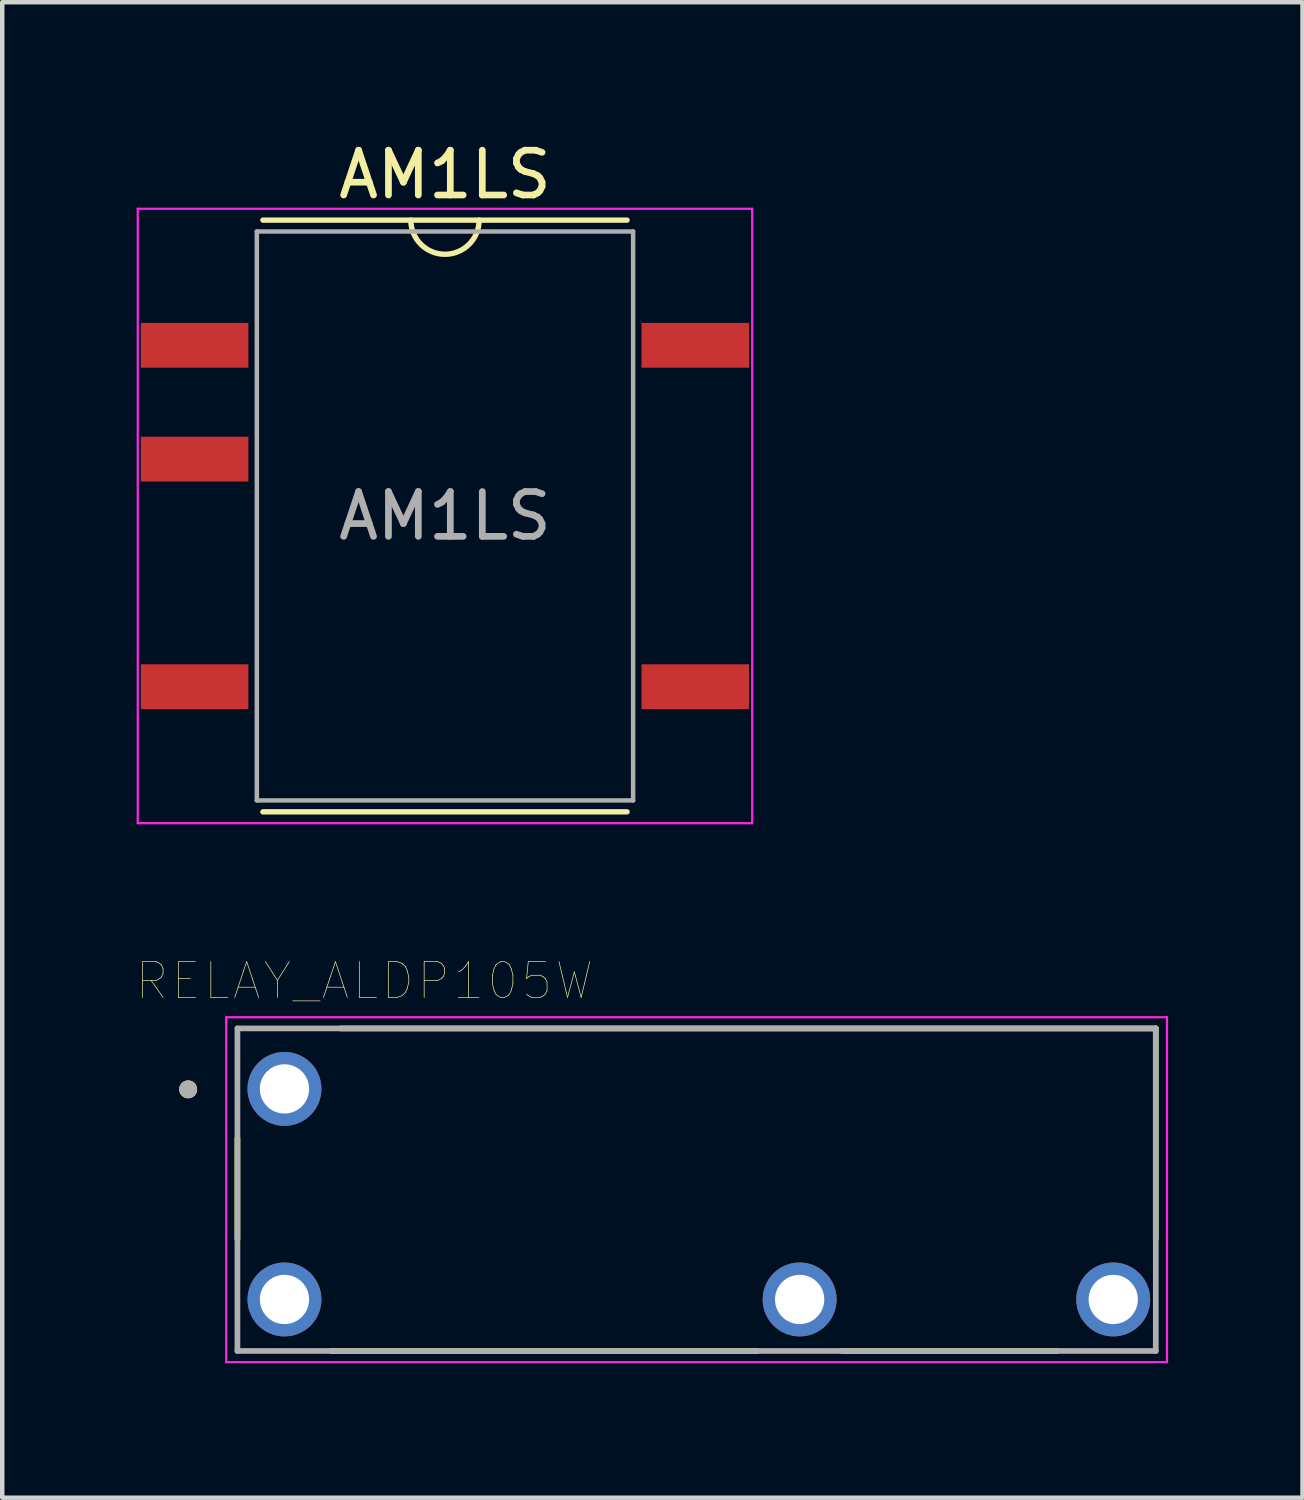
<source format=kicad_pcb>
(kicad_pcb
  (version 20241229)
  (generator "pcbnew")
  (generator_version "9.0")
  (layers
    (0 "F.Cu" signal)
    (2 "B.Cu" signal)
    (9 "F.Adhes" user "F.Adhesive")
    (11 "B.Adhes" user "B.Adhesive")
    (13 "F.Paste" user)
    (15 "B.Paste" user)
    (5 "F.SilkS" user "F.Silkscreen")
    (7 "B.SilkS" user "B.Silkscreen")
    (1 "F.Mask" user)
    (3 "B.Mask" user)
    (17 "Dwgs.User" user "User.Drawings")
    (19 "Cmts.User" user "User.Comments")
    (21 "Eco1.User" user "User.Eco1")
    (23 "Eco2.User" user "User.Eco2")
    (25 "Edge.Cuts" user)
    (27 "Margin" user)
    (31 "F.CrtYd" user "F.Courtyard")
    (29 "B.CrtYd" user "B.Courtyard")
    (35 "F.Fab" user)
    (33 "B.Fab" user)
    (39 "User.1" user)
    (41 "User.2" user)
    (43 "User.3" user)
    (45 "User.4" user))
  (footprint "AM1LS"
    (layer "F.Cu")
    (at 6.883 8.468)
    (property "Reference" "AM1LS" (at 0 -7.62 0) (layer "F.SilkS") (effects (font (size 1 1) (thickness 0.15))))
    (attr smd)
    (fp_line (start -4.064 -6.604) (end 4.064 -6.604) (stroke (width 0.12) (type solid)) (layer "F.SilkS"))
    (fp_line (start -4.064 6.604) (end 4.064 6.604) (stroke (width 0.12) (type solid)) (layer "F.SilkS"))
    (fp_arc (start 0.762 -6.604) (mid 0 -5.842) (end -0.762 -6.604) (stroke (width 0.12) (type solid)) (layer "F.SilkS"))
    (fp_line (start -6.858 -6.858) (end -6.858 6.858) (stroke (width 0.05) (type solid)) (layer "F.CrtYd"))
    (fp_line (start -6.858 -6.858) (end 6.858 -6.858) (stroke (width 0.05) (type solid)) (layer "F.CrtYd"))
    (fp_line (start -6.858 6.858) (end 6.858 6.858) (stroke (width 0.05) (type solid)) (layer "F.CrtYd"))
    (fp_line (start 6.858 -6.858) (end 6.858 6.858) (stroke (width 0.05) (type solid)) (layer "F.CrtYd"))
    (fp_line (start -4.2 -6.35) (end -4.2 6.35) (stroke (width 0.1) (type solid)) (layer "F.Fab"))
    (fp_line (start 4.2 -6.35) (end -4.2 -6.35) (stroke (width 0.1) (type solid)) (layer "F.Fab"))
    (fp_line (start 4.2 -6.35) (end 4.2 6.35) (stroke (width 0.1) (type solid)) (layer "F.Fab"))
    (fp_line (start 4.2 6.35) (end -4.2 6.35) (stroke (width 0.1) (type solid)) (layer "F.Fab"))
    (fp_text user "${REFERENCE}" (at 0 0 180) (layer "F.Fab") (effects (font (size 1 1) (thickness 0.15))))
    (pad "1" smd rect (at -5.588 -3.81) (size 2.4 1) (layers "F.Cu" "F.Mask" "F.Paste"))
    (pad "2" smd rect (at -5.588 -1.27) (size 2.4 1) (layers "F.Cu" "F.Mask" "F.Paste"))
    (pad "4" smd rect (at -5.588 3.81) (size 2.4 1) (layers "F.Cu" "F.Mask" "F.Paste"))
    (pad "5" smd rect (at 5.588 3.81) (size 2.4 1) (layers "F.Cu" "F.Mask" "F.Paste"))
    (pad "8" smd rect (at 5.588 -3.81) (size 2.4 1) (layers "F.Cu" "F.Mask" "F.Paste")))
  (footprint "RELAY_ALDP105W"
    (layer "F.Cu")
    (at 12.5 23.507)
    (property "Reference" "RELAY_ALDP105W" (at -7.415 -4.661 0) (layer "F.SilkS") (effects (font (size 0.8 0.8) (thickness 0.015))))
    (attr through_hole)
    (fp_line (start -10.25 1.1) (end -10.25 -1.15) (stroke (width 0.127) (type solid)) (layer "F.SilkS"))
    (fp_line (start -7.95 -3.6) (end 10.25 -3.6) (stroke (width 0.127) (type solid)) (layer "F.SilkS"))
    (fp_line (start 1.35 3.6) (end -8.15 3.6) (stroke (width 0.127) (type solid)) (layer "F.SilkS"))
    (fp_line (start 3.25 3.6) (end 8.05 3.6) (stroke (width 0.127) (type solid)) (layer "F.SilkS"))
    (fp_line (start 10.25 -3.6) (end 10.25 1.1) (stroke (width 0.127) (type solid)) (layer "F.SilkS"))
    (fp_circle (center -11.35 -2.24) (end -11.25 -2.24) (stroke (width 0.2) (type solid)) (fill no) (layer "F.SilkS"))
    (fp_line (start -10.5 -3.85) (end 10.5 -3.85) (stroke (width 0.05) (type solid)) (layer "F.CrtYd"))
    (fp_line (start -10.5 3.85) (end -10.5 -3.85) (stroke (width 0.05) (type solid)) (layer "F.CrtYd"))
    (fp_line (start 10.5 -3.85) (end 10.5 3.85) (stroke (width 0.05) (type solid)) (layer "F.CrtYd"))
    (fp_line (start 10.5 3.85) (end -10.5 3.85) (stroke (width 0.05) (type solid)) (layer "F.CrtYd"))
    (fp_line (start -10.25 -3.6) (end 10.25 -3.6) (stroke (width 0.127) (type solid)) (layer "F.Fab"))
    (fp_line (start -10.25 3.6) (end -10.25 -3.6) (stroke (width 0.127) (type solid)) (layer "F.Fab"))
    (fp_line (start 10.25 -3.6) (end 10.25 3.6) (stroke (width 0.127) (type solid)) (layer "F.Fab"))
    (fp_line (start 10.25 3.6) (end -10.25 3.6) (stroke (width 0.127) (type solid)) (layer "F.Fab"))
    (fp_circle (center -11.35 -2.24) (end -11.25 -2.24) (stroke (width 0.2) (type solid)) (fill no) (layer "F.Fab"))
    (pad "1" thru_hole circle (at -9.2 2.45) (size 1.65 1.65) (drill 1.1) (layers "*.Cu" "*.Mask"))
    (pad "2" thru_hole circle (at -9.2 -2.25) (size 1.65 1.65) (drill 1.1) (layers "*.Cu" "*.Mask"))
    (pad "3" thru_hole circle (at 2.3 2.45) (size 1.65 1.65) (drill 1.1) (layers "*.Cu" "*.Mask"))
    (pad "4" thru_hole circle (at 9.3 2.45) (size 1.65 1.65) (drill 1.1) (layers "*.Cu" "*.Mask")))
  (gr_rect
    (start -3 -3)
    (end 26.025 30.382)
    (stroke (width 0.1) (type default))
    (fill no)
    (layer "Edge.Cuts")))
</source>
